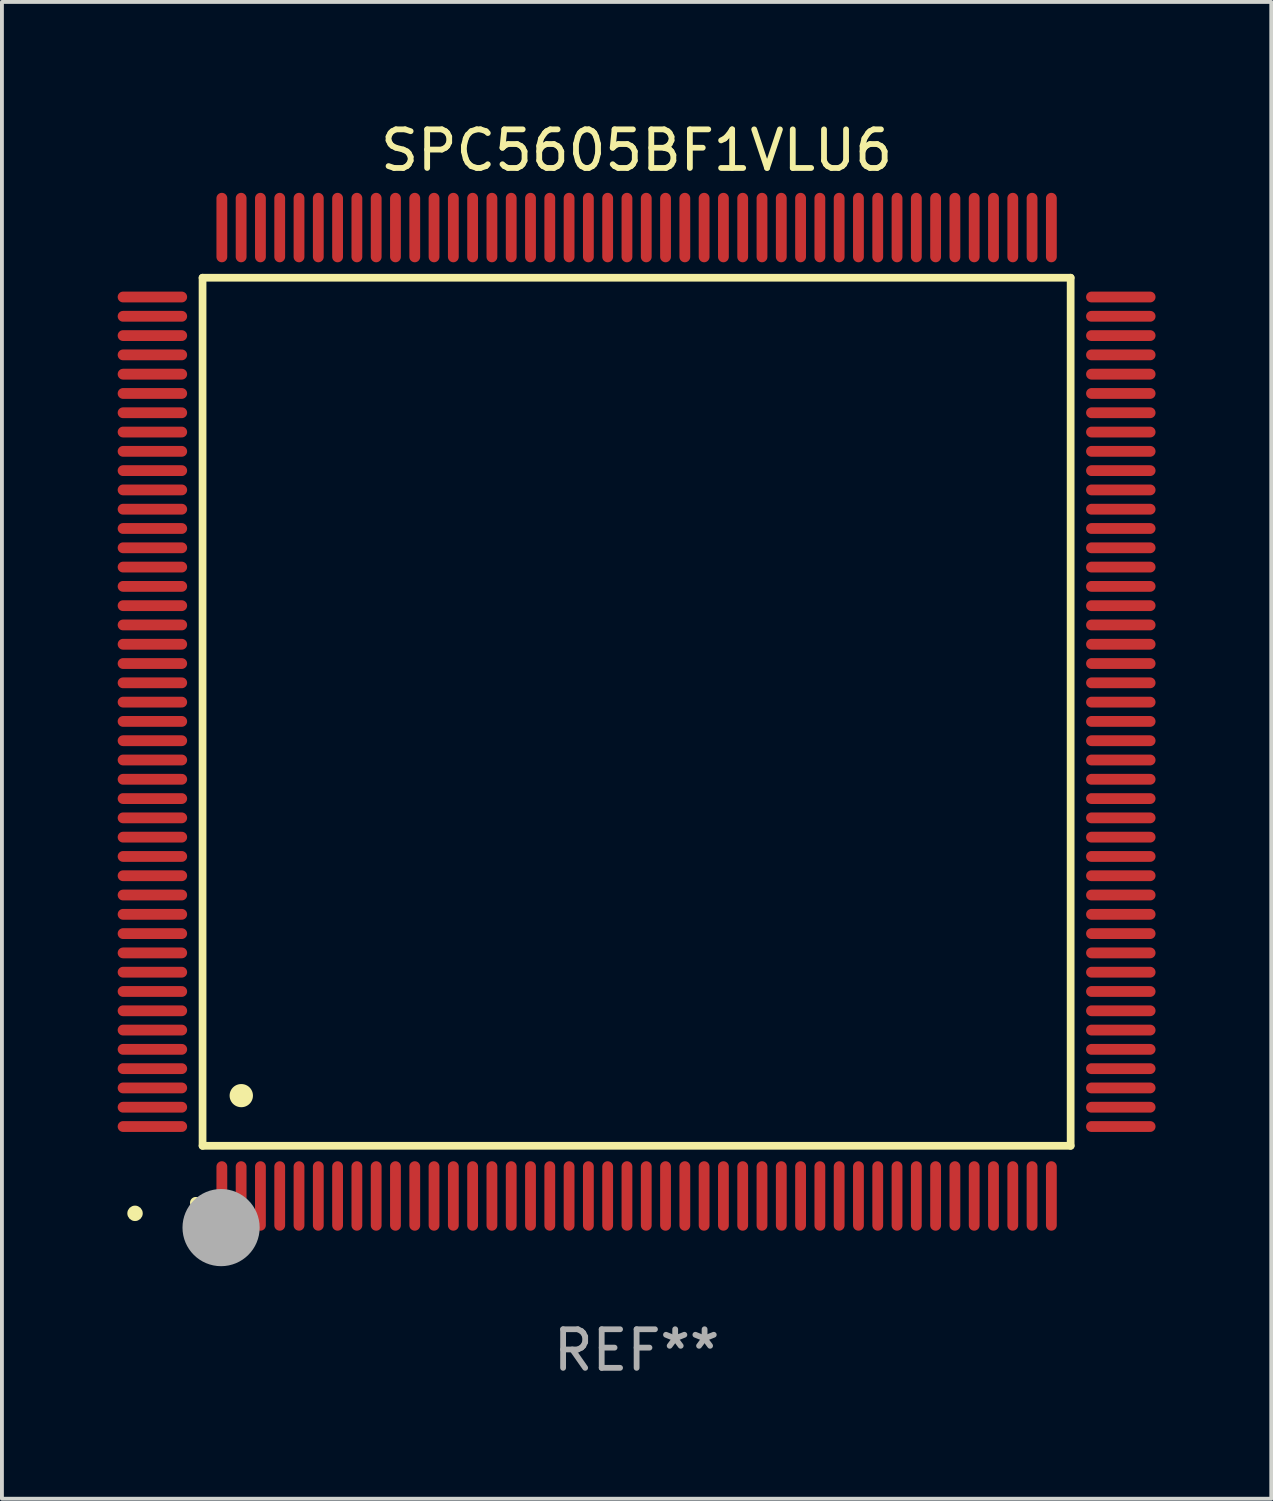
<source format=kicad_pcb>
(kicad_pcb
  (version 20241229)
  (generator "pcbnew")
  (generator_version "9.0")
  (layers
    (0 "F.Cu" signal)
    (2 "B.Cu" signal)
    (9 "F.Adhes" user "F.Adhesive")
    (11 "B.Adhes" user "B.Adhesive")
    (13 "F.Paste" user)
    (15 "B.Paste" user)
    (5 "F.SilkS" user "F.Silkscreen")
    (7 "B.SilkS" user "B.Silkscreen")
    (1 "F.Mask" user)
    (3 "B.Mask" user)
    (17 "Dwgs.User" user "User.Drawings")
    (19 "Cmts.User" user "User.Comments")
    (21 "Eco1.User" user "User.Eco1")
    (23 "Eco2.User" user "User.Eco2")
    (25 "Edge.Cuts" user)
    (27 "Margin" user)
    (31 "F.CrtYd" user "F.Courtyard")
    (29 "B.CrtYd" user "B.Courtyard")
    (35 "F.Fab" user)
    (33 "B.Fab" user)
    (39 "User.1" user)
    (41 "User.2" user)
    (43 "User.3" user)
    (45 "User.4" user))
  (footprint "SPC5605BF1VLU6"
    (layer "F.Cu")
    (at 13.45 15.398)
    (property "Reference" "SPC5605BF1VLU6" (at 0 -14.55 0) (layer "F.SilkS") (effects (font (size 1 1) (thickness 0.15))))
    (attr through_hole)
    (fp_line (start -11.25 -11.25) (end 11.25 -11.25) (stroke (width 0.2) (type solid)) (layer "F.SilkS"))
    (fp_line (start -11.25 11.25) (end -11.25 -11.25) (stroke (width 0.2) (type solid)) (layer "F.SilkS"))
    (fp_line (start 11.25 -11.25) (end 11.25 11.25) (stroke (width 0.2) (type solid)) (layer "F.SilkS"))
    (fp_line (start 11.25 11.25) (end -11.25 11.25) (stroke (width 0.2) (type solid)) (layer "F.SilkS"))
    (fp_arc (start -11.424943 12.725425) (mid -11.423673 12.72542) (end -11.422403 12.725425) (stroke (width 0.3) (type solid)) (layer "F.SilkS"))
    (fp_arc (start -10.24892 9.9492) (mid -10.24638 9.949189) (end -10.24384 9.9492) (stroke (width 0.6) (type solid)) (layer "F.SilkS"))
    (fp_circle (center -13 13) (end -12.9 13) (stroke (width 0.2) (type solid)) (fill no) (layer "F.SilkS"))
    (fp_circle (center -10.77 13.37) (end -10.27 13.37) (stroke (width 1) (type solid)) (fill no) (layer "F.Fab"))
    (fp_text user "REF**" (at 0 16.55 0) (layer "F.Fab") (effects (font (size 1 1) (thickness 0.15))))
    (pad "1" smd oval (at -10.75 12.55) (size 0.28 1.8) (layers "F.Cu" "F.Mask" "F.Paste"))
    (pad "2" smd oval (at -10.25 12.55) (size 0.28 1.8) (layers "F.Cu" "F.Mask" "F.Paste"))
    (pad "3" smd oval (at -9.75 12.55) (size 0.28 1.8) (layers "F.Cu" "F.Mask" "F.Paste"))
    (pad "4" smd oval (at -9.25 12.55) (size 0.28 1.8) (layers "F.Cu" "F.Mask" "F.Paste"))
    (pad "5" smd oval (at -8.75 12.55) (size 0.28 1.8) (layers "F.Cu" "F.Mask" "F.Paste"))
    (pad "6" smd oval (at -8.25 12.55) (size 0.28 1.8) (layers "F.Cu" "F.Mask" "F.Paste"))
    (pad "7" smd oval (at -7.75 12.55) (size 0.28 1.8) (layers "F.Cu" "F.Mask" "F.Paste"))
    (pad "8" smd oval (at -7.25 12.55) (size 0.28 1.8) (layers "F.Cu" "F.Mask" "F.Paste"))
    (pad "9" smd oval (at -6.75 12.55) (size 0.28 1.8) (layers "F.Cu" "F.Mask" "F.Paste"))
    (pad "10" smd oval (at -6.25 12.55) (size 0.28 1.8) (layers "F.Cu" "F.Mask" "F.Paste"))
    (pad "11" smd oval (at -5.75 12.55) (size 0.28 1.8) (layers "F.Cu" "F.Mask" "F.Paste"))
    (pad "12" smd oval (at -5.25 12.55) (size 0.28 1.8) (layers "F.Cu" "F.Mask" "F.Paste"))
    (pad "13" smd oval (at -4.75 12.55) (size 0.28 1.8) (layers "F.Cu" "F.Mask" "F.Paste"))
    (pad "14" smd oval (at -4.25 12.55) (size 0.28 1.8) (layers "F.Cu" "F.Mask" "F.Paste"))
    (pad "15" smd oval (at -3.75 12.55) (size 0.28 1.8) (layers "F.Cu" "F.Mask" "F.Paste"))
    (pad "16" smd oval (at -3.25 12.55) (size 0.28 1.8) (layers "F.Cu" "F.Mask" "F.Paste"))
    (pad "17" smd oval (at -2.75 12.55) (size 0.28 1.8) (layers "F.Cu" "F.Mask" "F.Paste"))
    (pad "18" smd oval (at -2.25 12.55) (size 0.28 1.8) (layers "F.Cu" "F.Mask" "F.Paste"))
    (pad "19" smd oval (at -1.75 12.55) (size 0.28 1.8) (layers "F.Cu" "F.Mask" "F.Paste"))
    (pad "20" smd oval (at -1.25 12.55) (size 0.28 1.8) (layers "F.Cu" "F.Mask" "F.Paste"))
    (pad "21" smd oval (at -0.75 12.55) (size 0.28 1.8) (layers "F.Cu" "F.Mask" "F.Paste"))
    (pad "22" smd oval (at -0.25 12.55) (size 0.28 1.8) (layers "F.Cu" "F.Mask" "F.Paste"))
    (pad "23" smd oval (at 0.25 12.55) (size 0.28 1.8) (layers "F.Cu" "F.Mask" "F.Paste"))
    (pad "24" smd oval (at 0.75 12.55) (size 0.28 1.8) (layers "F.Cu" "F.Mask" "F.Paste"))
    (pad "25" smd oval (at 1.25 12.55) (size 0.28 1.8) (layers "F.Cu" "F.Mask" "F.Paste"))
    (pad "26" smd oval (at 1.75 12.55) (size 0.28 1.8) (layers "F.Cu" "F.Mask" "F.Paste"))
    (pad "27" smd oval (at 2.25 12.55) (size 0.28 1.8) (layers "F.Cu" "F.Mask" "F.Paste"))
    (pad "28" smd oval (at 2.75 12.55) (size 0.28 1.8) (layers "F.Cu" "F.Mask" "F.Paste"))
    (pad "29" smd oval (at 3.25 12.55) (size 0.28 1.8) (layers "F.Cu" "F.Mask" "F.Paste"))
    (pad "30" smd oval (at 3.75 12.55) (size 0.28 1.8) (layers "F.Cu" "F.Mask" "F.Paste"))
    (pad "31" smd oval (at 4.25 12.55) (size 0.28 1.8) (layers "F.Cu" "F.Mask" "F.Paste"))
    (pad "32" smd oval (at 4.75 12.55) (size 0.28 1.8) (layers "F.Cu" "F.Mask" "F.Paste"))
    (pad "33" smd oval (at 5.25 12.55) (size 0.28 1.8) (layers "F.Cu" "F.Mask" "F.Paste"))
    (pad "34" smd oval (at 5.75 12.55) (size 0.28 1.8) (layers "F.Cu" "F.Mask" "F.Paste"))
    (pad "35" smd oval (at 6.25 12.55) (size 0.28 1.8) (layers "F.Cu" "F.Mask" "F.Paste"))
    (pad "36" smd oval (at 6.75 12.55) (size 0.28 1.8) (layers "F.Cu" "F.Mask" "F.Paste"))
    (pad "37" smd oval (at 7.25 12.55) (size 0.28 1.8) (layers "F.Cu" "F.Mask" "F.Paste"))
    (pad "38" smd oval (at 7.75 12.55) (size 0.28 1.8) (layers "F.Cu" "F.Mask" "F.Paste"))
    (pad "39" smd oval (at 8.25 12.55) (size 0.28 1.8) (layers "F.Cu" "F.Mask" "F.Paste"))
    (pad "40" smd oval (at 8.75 12.55) (size 0.28 1.8) (layers "F.Cu" "F.Mask" "F.Paste"))
    (pad "41" smd oval (at 9.25 12.55) (size 0.28 1.8) (layers "F.Cu" "F.Mask" "F.Paste"))
    (pad "42" smd oval (at 9.75 12.55) (size 0.28 1.8) (layers "F.Cu" "F.Mask" "F.Paste"))
    (pad "43" smd oval (at 10.25 12.55) (size 0.28 1.8) (layers "F.Cu" "F.Mask" "F.Paste"))
    (pad "44" smd oval (at 10.75 12.55) (size 0.28 1.8) (layers "F.Cu" "F.Mask" "F.Paste"))
    (pad "45" smd oval (at 12.55 10.75) (size 1.8 0.28) (layers "F.Cu" "F.Mask" "F.Paste"))
    (pad "46" smd oval (at 12.55 10.25) (size 1.8 0.28) (layers "F.Cu" "F.Mask" "F.Paste"))
    (pad "47" smd oval (at 12.55 9.75) (size 1.8 0.28) (layers "F.Cu" "F.Mask" "F.Paste"))
    (pad "48" smd oval (at 12.55 9.25) (size 1.8 0.28) (layers "F.Cu" "F.Mask" "F.Paste"))
    (pad "49" smd oval (at 12.55 8.75) (size 1.8 0.28) (layers "F.Cu" "F.Mask" "F.Paste"))
    (pad "50" smd oval (at 12.55 8.25) (size 1.8 0.28) (layers "F.Cu" "F.Mask" "F.Paste"))
    (pad "51" smd oval (at 12.55 7.75) (size 1.8 0.28) (layers "F.Cu" "F.Mask" "F.Paste"))
    (pad "52" smd oval (at 12.55 7.25) (size 1.8 0.28) (layers "F.Cu" "F.Mask" "F.Paste"))
    (pad "53" smd oval (at 12.55 6.75) (size 1.8 0.28) (layers "F.Cu" "F.Mask" "F.Paste"))
    (pad "54" smd oval (at 12.55 6.25) (size 1.8 0.28) (layers "F.Cu" "F.Mask" "F.Paste"))
    (pad "55" smd oval (at 12.55 5.75) (size 1.8 0.28) (layers "F.Cu" "F.Mask" "F.Paste"))
    (pad "56" smd oval (at 12.55 5.25) (size 1.8 0.28) (layers "F.Cu" "F.Mask" "F.Paste"))
    (pad "57" smd oval (at 12.55 4.75) (size 1.8 0.28) (layers "F.Cu" "F.Mask" "F.Paste"))
    (pad "58" smd oval (at 12.55 4.25) (size 1.8 0.28) (layers "F.Cu" "F.Mask" "F.Paste"))
    (pad "59" smd oval (at 12.55 3.75) (size 1.8 0.28) (layers "F.Cu" "F.Mask" "F.Paste"))
    (pad "60" smd oval (at 12.55 3.25) (size 1.8 0.28) (layers "F.Cu" "F.Mask" "F.Paste"))
    (pad "61" smd oval (at 12.55 2.75) (size 1.8 0.28) (layers "F.Cu" "F.Mask" "F.Paste"))
    (pad "62" smd oval (at 12.55 2.25) (size 1.8 0.28) (layers "F.Cu" "F.Mask" "F.Paste"))
    (pad "63" smd oval (at 12.55 1.75) (size 1.8 0.28) (layers "F.Cu" "F.Mask" "F.Paste"))
    (pad "64" smd oval (at 12.55 1.25) (size 1.8 0.28) (layers "F.Cu" "F.Mask" "F.Paste"))
    (pad "65" smd oval (at 12.55 0.75) (size 1.8 0.28) (layers "F.Cu" "F.Mask" "F.Paste"))
    (pad "66" smd oval (at 12.55 0.25) (size 1.8 0.28) (layers "F.Cu" "F.Mask" "F.Paste"))
    (pad "67" smd oval (at 12.55 -0.25) (size 1.8 0.28) (layers "F.Cu" "F.Mask" "F.Paste"))
    (pad "68" smd oval (at 12.55 -0.75) (size 1.8 0.28) (layers "F.Cu" "F.Mask" "F.Paste"))
    (pad "69" smd oval (at 12.55 -1.25) (size 1.8 0.28) (layers "F.Cu" "F.Mask" "F.Paste"))
    (pad "70" smd oval (at 12.55 -1.75) (size 1.8 0.28) (layers "F.Cu" "F.Mask" "F.Paste"))
    (pad "71" smd oval (at 12.55 -2.25) (size 1.8 0.28) (layers "F.Cu" "F.Mask" "F.Paste"))
    (pad "72" smd oval (at 12.55 -2.75) (size 1.8 0.28) (layers "F.Cu" "F.Mask" "F.Paste"))
    (pad "73" smd oval (at 12.55 -3.25) (size 1.8 0.28) (layers "F.Cu" "F.Mask" "F.Paste"))
    (pad "74" smd oval (at 12.55 -3.75) (size 1.8 0.28) (layers "F.Cu" "F.Mask" "F.Paste"))
    (pad "75" smd oval (at 12.55 -4.25) (size 1.8 0.28) (layers "F.Cu" "F.Mask" "F.Paste"))
    (pad "76" smd oval (at 12.55 -4.75) (size 1.8 0.28) (layers "F.Cu" "F.Mask" "F.Paste"))
    (pad "77" smd oval (at 12.55 -5.25) (size 1.8 0.28) (layers "F.Cu" "F.Mask" "F.Paste"))
    (pad "78" smd oval (at 12.55 -5.75) (size 1.8 0.28) (layers "F.Cu" "F.Mask" "F.Paste"))
    (pad "79" smd oval (at 12.55 -6.25) (size 1.8 0.28) (layers "F.Cu" "F.Mask" "F.Paste"))
    (pad "80" smd oval (at 12.55 -6.75) (size 1.8 0.28) (layers "F.Cu" "F.Mask" "F.Paste"))
    (pad "81" smd oval (at 12.55 -7.25) (size 1.8 0.28) (layers "F.Cu" "F.Mask" "F.Paste"))
    (pad "82" smd oval (at 12.55 -7.75) (size 1.8 0.28) (layers "F.Cu" "F.Mask" "F.Paste"))
    (pad "83" smd oval (at 12.55 -8.25) (size 1.8 0.28) (layers "F.Cu" "F.Mask" "F.Paste"))
    (pad "84" smd oval (at 12.55 -8.75) (size 1.8 0.28) (layers "F.Cu" "F.Mask" "F.Paste"))
    (pad "85" smd oval (at 12.55 -9.25) (size 1.8 0.28) (layers "F.Cu" "F.Mask" "F.Paste"))
    (pad "86" smd oval (at 12.55 -9.75) (size 1.8 0.28) (layers "F.Cu" "F.Mask" "F.Paste"))
    (pad "87" smd oval (at 12.55 -10.25) (size 1.8 0.28) (layers "F.Cu" "F.Mask" "F.Paste"))
    (pad "88" smd oval (at 12.55 -10.75) (size 1.8 0.28) (layers "F.Cu" "F.Mask" "F.Paste"))
    (pad "89" smd oval (at 10.75 -12.55) (size 0.28 1.8) (layers "F.Cu" "F.Mask" "F.Paste"))
    (pad "90" smd oval (at 10.25 -12.55) (size 0.28 1.8) (layers "F.Cu" "F.Mask" "F.Paste"))
    (pad "91" smd oval (at 9.75 -12.55) (size 0.28 1.8) (layers "F.Cu" "F.Mask" "F.Paste"))
    (pad "92" smd oval (at 9.25 -12.55) (size 0.28 1.8) (layers "F.Cu" "F.Mask" "F.Paste"))
    (pad "93" smd oval (at 8.75 -12.55) (size 0.28 1.8) (layers "F.Cu" "F.Mask" "F.Paste"))
    (pad "94" smd oval (at 8.25 -12.55) (size 0.28 1.8) (layers "F.Cu" "F.Mask" "F.Paste"))
    (pad "95" smd oval (at 7.75 -12.55) (size 0.28 1.8) (layers "F.Cu" "F.Mask" "F.Paste"))
    (pad "96" smd oval (at 7.25 -12.55) (size 0.28 1.8) (layers "F.Cu" "F.Mask" "F.Paste"))
    (pad "97" smd oval (at 6.75 -12.55) (size 0.28 1.8) (layers "F.Cu" "F.Mask" "F.Paste"))
    (pad "98" smd oval (at 6.25 -12.55) (size 0.28 1.8) (layers "F.Cu" "F.Mask" "F.Paste"))
    (pad "99" smd oval (at 5.75 -12.55) (size 0.28 1.8) (layers "F.Cu" "F.Mask" "F.Paste"))
    (pad "100" smd oval (at 5.25 -12.55) (size 0.28 1.8) (layers "F.Cu" "F.Mask" "F.Paste"))
    (pad "101" smd oval (at 4.75 -12.55) (size 0.28 1.8) (layers "F.Cu" "F.Mask" "F.Paste"))
    (pad "102" smd oval (at 4.25 -12.55) (size 0.28 1.8) (layers "F.Cu" "F.Mask" "F.Paste"))
    (pad "103" smd oval (at 3.75 -12.55) (size 0.28 1.8) (layers "F.Cu" "F.Mask" "F.Paste"))
    (pad "104" smd oval (at 3.25 -12.55) (size 0.28 1.8) (layers "F.Cu" "F.Mask" "F.Paste"))
    (pad "105" smd oval (at 2.75 -12.55) (size 0.28 1.8) (layers "F.Cu" "F.Mask" "F.Paste"))
    (pad "106" smd oval (at 2.25 -12.55) (size 0.28 1.8) (layers "F.Cu" "F.Mask" "F.Paste"))
    (pad "107" smd oval (at 1.75 -12.55) (size 0.28 1.8) (layers "F.Cu" "F.Mask" "F.Paste"))
    (pad "108" smd oval (at 1.25 -12.55) (size 0.28 1.8) (layers "F.Cu" "F.Mask" "F.Paste"))
    (pad "109" smd oval (at 0.75 -12.55) (size 0.28 1.8) (layers "F.Cu" "F.Mask" "F.Paste"))
    (pad "110" smd oval (at 0.25 -12.55) (size 0.28 1.8) (layers "F.Cu" "F.Mask" "F.Paste"))
    (pad "111" smd oval (at -0.25 -12.55) (size 0.28 1.8) (layers "F.Cu" "F.Mask" "F.Paste"))
    (pad "112" smd oval (at -0.75 -12.55) (size 0.28 1.8) (layers "F.Cu" "F.Mask" "F.Paste"))
    (pad "113" smd oval (at -1.25 -12.55) (size 0.28 1.8) (layers "F.Cu" "F.Mask" "F.Paste"))
    (pad "114" smd oval (at -1.75 -12.55) (size 0.28 1.8) (layers "F.Cu" "F.Mask" "F.Paste"))
    (pad "115" smd oval (at -2.25 -12.55) (size 0.28 1.8) (layers "F.Cu" "F.Mask" "F.Paste"))
    (pad "116" smd oval (at -2.75 -12.55) (size 0.28 1.8) (layers "F.Cu" "F.Mask" "F.Paste"))
    (pad "117" smd oval (at -3.25 -12.55) (size 0.28 1.8) (layers "F.Cu" "F.Mask" "F.Paste"))
    (pad "118" smd oval (at -3.75 -12.55) (size 0.28 1.8) (layers "F.Cu" "F.Mask" "F.Paste"))
    (pad "119" smd oval (at -4.25 -12.55) (size 0.28 1.8) (layers "F.Cu" "F.Mask" "F.Paste"))
    (pad "120" smd oval (at -4.75 -12.55) (size 0.28 1.8) (layers "F.Cu" "F.Mask" "F.Paste"))
    (pad "121" smd oval (at -5.25 -12.55) (size 0.28 1.8) (layers "F.Cu" "F.Mask" "F.Paste"))
    (pad "122" smd oval (at -5.75 -12.55) (size 0.28 1.8) (layers "F.Cu" "F.Mask" "F.Paste"))
    (pad "123" smd oval (at -6.25 -12.55) (size 0.28 1.8) (layers "F.Cu" "F.Mask" "F.Paste"))
    (pad "124" smd oval (at -6.75 -12.55) (size 0.28 1.8) (layers "F.Cu" "F.Mask" "F.Paste"))
    (pad "125" smd oval (at -7.25 -12.55) (size 0.28 1.8) (layers "F.Cu" "F.Mask" "F.Paste"))
    (pad "126" smd oval (at -7.75 -12.55) (size 0.28 1.8) (layers "F.Cu" "F.Mask" "F.Paste"))
    (pad "127" smd oval (at -8.25 -12.55) (size 0.28 1.8) (layers "F.Cu" "F.Mask" "F.Paste"))
    (pad "128" smd oval (at -8.75 -12.55) (size 0.28 1.8) (layers "F.Cu" "F.Mask" "F.Paste"))
    (pad "129" smd oval (at -9.25 -12.55) (size 0.28 1.8) (layers "F.Cu" "F.Mask" "F.Paste"))
    (pad "130" smd oval (at -9.75 -12.55) (size 0.28 1.8) (layers "F.Cu" "F.Mask" "F.Paste"))
    (pad "131" smd oval (at -10.25 -12.55) (size 0.28 1.8) (layers "F.Cu" "F.Mask" "F.Paste"))
    (pad "132" smd oval (at -10.75 -12.55) (size 0.28 1.8) (layers "F.Cu" "F.Mask" "F.Paste"))
    (pad "133" smd oval (at -12.55 -10.75) (size 1.8 0.28) (layers "F.Cu" "F.Mask" "F.Paste"))
    (pad "134" smd oval (at -12.55 -10.25) (size 1.8 0.28) (layers "F.Cu" "F.Mask" "F.Paste"))
    (pad "135" smd oval (at -12.55 -9.75) (size 1.8 0.28) (layers "F.Cu" "F.Mask" "F.Paste"))
    (pad "136" smd oval (at -12.55 -9.25) (size 1.8 0.28) (layers "F.Cu" "F.Mask" "F.Paste"))
    (pad "137" smd oval (at -12.55 -8.75) (size 1.8 0.28) (layers "F.Cu" "F.Mask" "F.Paste"))
    (pad "138" smd oval (at -12.55 -8.25) (size 1.8 0.28) (layers "F.Cu" "F.Mask" "F.Paste"))
    (pad "139" smd oval (at -12.55 -7.75) (size 1.8 0.28) (layers "F.Cu" "F.Mask" "F.Paste"))
    (pad "140" smd oval (at -12.55 -7.25) (size 1.8 0.28) (layers "F.Cu" "F.Mask" "F.Paste"))
    (pad "141" smd oval (at -12.55 -6.75) (size 1.8 0.28) (layers "F.Cu" "F.Mask" "F.Paste"))
    (pad "142" smd oval (at -12.55 -6.25) (size 1.8 0.28) (layers "F.Cu" "F.Mask" "F.Paste"))
    (pad "143" smd oval (at -12.55 -5.75) (size 1.8 0.28) (layers "F.Cu" "F.Mask" "F.Paste"))
    (pad "144" smd oval (at -12.55 -5.25) (size 1.8 0.28) (layers "F.Cu" "F.Mask" "F.Paste"))
    (pad "145" smd oval (at -12.55 -4.75) (size 1.8 0.28) (layers "F.Cu" "F.Mask" "F.Paste"))
    (pad "146" smd oval (at -12.55 -4.25) (size 1.8 0.28) (layers "F.Cu" "F.Mask" "F.Paste"))
    (pad "147" smd oval (at -12.55 -3.75) (size 1.8 0.28) (layers "F.Cu" "F.Mask" "F.Paste"))
    (pad "148" smd oval (at -12.55 -3.25) (size 1.8 0.28) (layers "F.Cu" "F.Mask" "F.Paste"))
    (pad "149" smd oval (at -12.55 -2.75) (size 1.8 0.28) (layers "F.Cu" "F.Mask" "F.Paste"))
    (pad "150" smd oval (at -12.55 -2.25) (size 1.8 0.28) (layers "F.Cu" "F.Mask" "F.Paste"))
    (pad "151" smd oval (at -12.55 -1.75) (size 1.8 0.28) (layers "F.Cu" "F.Mask" "F.Paste"))
    (pad "152" smd oval (at -12.55 -1.25) (size 1.8 0.28) (layers "F.Cu" "F.Mask" "F.Paste"))
    (pad "153" smd oval (at -12.55 -0.75) (size 1.8 0.28) (layers "F.Cu" "F.Mask" "F.Paste"))
    (pad "154" smd oval (at -12.55 -0.25) (size 1.8 0.28) (layers "F.Cu" "F.Mask" "F.Paste"))
    (pad "155" smd oval (at -12.55 0.25) (size 1.8 0.28) (layers "F.Cu" "F.Mask" "F.Paste"))
    (pad "156" smd oval (at -12.55 0.75) (size 1.8 0.28) (layers "F.Cu" "F.Mask" "F.Paste"))
    (pad "157" smd oval (at -12.55 1.25) (size 1.8 0.28) (layers "F.Cu" "F.Mask" "F.Paste"))
    (pad "158" smd oval (at -12.55 1.75) (size 1.8 0.28) (layers "F.Cu" "F.Mask" "F.Paste"))
    (pad "159" smd oval (at -12.55 2.25) (size 1.8 0.28) (layers "F.Cu" "F.Mask" "F.Paste"))
    (pad "160" smd oval (at -12.55 2.75) (size 1.8 0.28) (layers "F.Cu" "F.Mask" "F.Paste"))
    (pad "161" smd oval (at -12.55 3.25) (size 1.8 0.28) (layers "F.Cu" "F.Mask" "F.Paste"))
    (pad "162" smd oval (at -12.55 3.75) (size 1.8 0.28) (layers "F.Cu" "F.Mask" "F.Paste"))
    (pad "163" smd oval (at -12.55 4.25) (size 1.8 0.28) (layers "F.Cu" "F.Mask" "F.Paste"))
    (pad "164" smd oval (at -12.55 4.75) (size 1.8 0.28) (layers "F.Cu" "F.Mask" "F.Paste"))
    (pad "165" smd oval (at -12.55 5.25) (size 1.8 0.28) (layers "F.Cu" "F.Mask" "F.Paste"))
    (pad "166" smd oval (at -12.55 5.75) (size 1.8 0.28) (layers "F.Cu" "F.Mask" "F.Paste"))
    (pad "167" smd oval (at -12.55 6.25) (size 1.8 0.28) (layers "F.Cu" "F.Mask" "F.Paste"))
    (pad "168" smd oval (at -12.55 6.75) (size 1.8 0.28) (layers "F.Cu" "F.Mask" "F.Paste"))
    (pad "169" smd oval (at -12.55 7.25) (size 1.8 0.28) (layers "F.Cu" "F.Mask" "F.Paste"))
    (pad "170" smd oval (at -12.55 7.75) (size 1.8 0.28) (layers "F.Cu" "F.Mask" "F.Paste"))
    (pad "171" smd oval (at -12.55 8.25) (size 1.8 0.28) (layers "F.Cu" "F.Mask" "F.Paste"))
    (pad "172" smd oval (at -12.55 8.75) (size 1.8 0.28) (layers "F.Cu" "F.Mask" "F.Paste"))
    (pad "173" smd oval (at -12.55 9.25) (size 1.8 0.28) (layers "F.Cu" "F.Mask" "F.Paste"))
    (pad "174" smd oval (at -12.55 9.75) (size 1.8 0.28) (layers "F.Cu" "F.Mask" "F.Paste"))
    (pad "175" smd oval (at -12.55 10.25) (size 1.8 0.28) (layers "F.Cu" "F.Mask" "F.Paste"))
    (pad "176" smd oval (at -12.55 10.75) (size 1.8 0.28) (layers "F.Cu" "F.Mask" "F.Paste")))
  (gr_rect
    (start -3 -3)
    (end 29.9 35.796)
    (stroke (width 0.1) (type default))
    (fill no)
    (layer "Edge.Cuts")))
</source>
